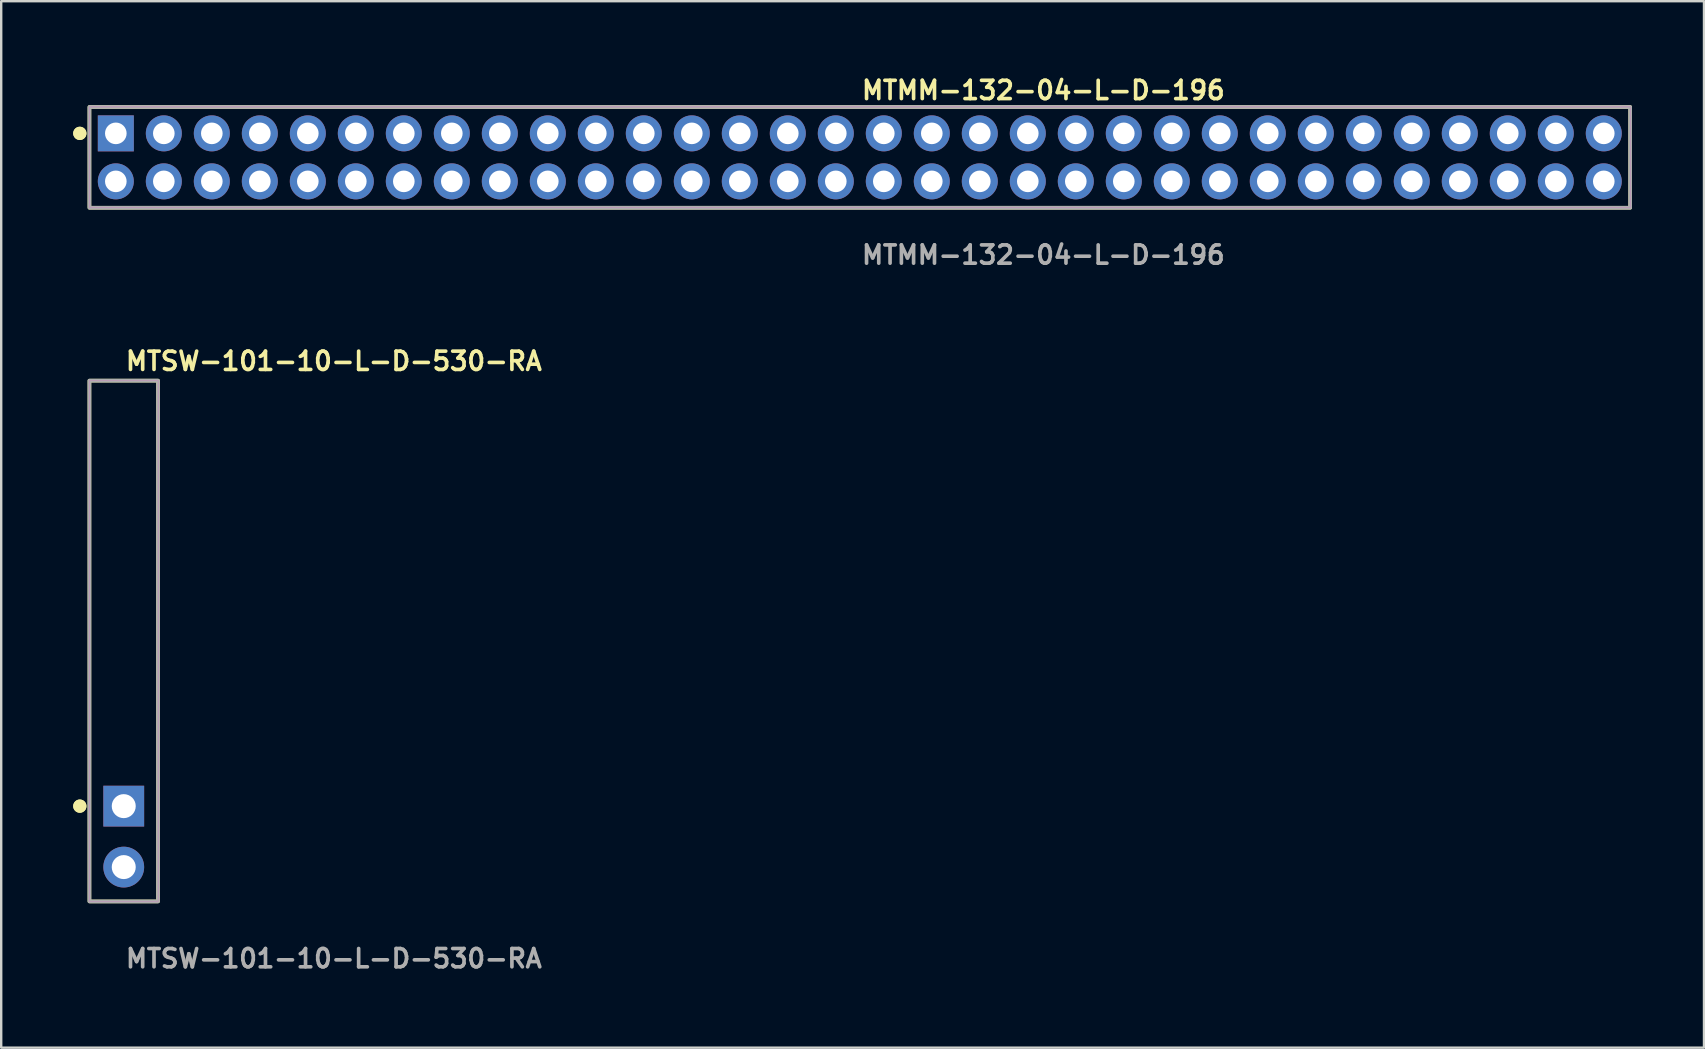
<source format=kicad_pcb>
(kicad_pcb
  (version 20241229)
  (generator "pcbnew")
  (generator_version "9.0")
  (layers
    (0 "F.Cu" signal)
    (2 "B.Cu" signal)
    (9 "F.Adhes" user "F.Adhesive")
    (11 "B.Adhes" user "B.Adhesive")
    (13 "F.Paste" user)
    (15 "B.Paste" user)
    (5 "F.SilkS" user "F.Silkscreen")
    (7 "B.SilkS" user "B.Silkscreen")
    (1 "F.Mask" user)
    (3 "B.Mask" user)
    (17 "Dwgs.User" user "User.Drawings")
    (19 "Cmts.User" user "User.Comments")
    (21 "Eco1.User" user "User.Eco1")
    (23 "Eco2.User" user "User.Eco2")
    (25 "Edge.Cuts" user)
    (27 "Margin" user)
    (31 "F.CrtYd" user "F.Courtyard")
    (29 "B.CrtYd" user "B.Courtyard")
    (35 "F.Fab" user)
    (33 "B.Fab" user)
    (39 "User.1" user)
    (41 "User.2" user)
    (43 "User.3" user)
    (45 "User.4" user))
  (footprint "MTSW-101-10-L-D-530-RA"
    (layer "F.Cu")
    (at 2.106 31.81)
    (property "Reference" "MTSW-101-10-L-D-530-RA" (at 0 -19.812 0) (unlocked yes) (layer "F.SilkS") (effects (font (size 0.762 0.762) (thickness 0.152)) (justify left)))
    (fp_rect (start -1.43 2.7) (end 1.43 -19) (stroke (width 0.152) (type solid)) (fill no) (layer "F.SilkS"))
    (fp_circle (center -1.83 -1.27) (end -2.03 -1.27) (stroke (width 0.152) (type solid)) (fill yes) (layer "F.SilkS"))
    (fp_circle (center -1.83 -1.27) (end -2.03 -1.27) (stroke (width 0.152) (type solid)) (fill yes) (layer "F.SilkS"))
    (fp_rect (start -1.43 2.7) (end 1.43 -19) (stroke (width 0.006) (type solid)) (fill no) (layer "F.CrtYd"))
    (fp_rect (start -1.43 2.7) (end 1.43 -19) (stroke (width 0.152) (type solid)) (fill no) (layer "F.Fab"))
    (fp_text user "${REFERENCE}" (at 0 5.08 0) (unlocked yes) (layer "F.Fab") (effects (font (size 0.762 0.762) (thickness 0.152)) (justify left)))
    (pad "1" thru_hole rect (at 0 -1.27) (size 1.7 1.7) (drill 1) (layers "*.Cu" "*.Mask"))
    (pad "2" thru_hole circle (at 0 1.27) (size 1.7 1.7) (drill 1) (layers "*.Cu" "*.Mask")))
  (footprint "MTMM-132-04-L-D-196"
    (layer "F.Cu")
    (at 32.776 3.507)
    (property "Reference" "MTMM-132-04-L-D-196" (at 0 -2.794 0) (unlocked yes) (layer "F.SilkS") (effects (font (size 0.762 0.762) (thickness 0.152)) (justify left)))
    (fp_rect (start -32.1 2.1) (end 32.1 -2.1) (stroke (width 0.152) (type solid)) (fill no) (layer "F.SilkS"))
    (fp_circle (center -32.5 -1) (end -32.7 -1) (stroke (width 0.152) (type solid)) (fill yes) (layer "F.SilkS"))
    (fp_circle (center -32.5 -1) (end -32.7 -1) (stroke (width 0.152) (type solid)) (fill yes) (layer "F.SilkS"))
    (fp_rect (start -32.1 2.1) (end 32.1 -2.1) (stroke (width 0.006) (type solid)) (fill no) (layer "F.CrtYd"))
    (fp_rect (start -32.1 2.1) (end 32.1 -2.1) (stroke (width 0.152) (type solid)) (fill no) (layer "F.Fab"))
    (fp_text user "${REFERENCE}" (at 0 4.064 0) (unlocked yes) (layer "F.Fab") (effects (font (size 0.762 0.762) (thickness 0.152)) (justify left)))
    (pad "1" thru_hole rect (at -31 -1) (size 1.5 1.5) (drill 0.9) (layers "*.Cu" "*.Mask"))
    (pad "2" thru_hole circle (at -31 1) (size 1.5 1.5) (drill 0.9) (layers "*.Cu" "*.Mask"))
    (pad "3" thru_hole circle (at -29 -1) (size 1.5 1.5) (drill 0.9) (layers "*.Cu" "*.Mask"))
    (pad "4" thru_hole circle (at -29 1) (size 1.5 1.5) (drill 0.9) (layers "*.Cu" "*.Mask"))
    (pad "5" thru_hole circle (at -27 -1) (size 1.5 1.5) (drill 0.9) (layers "*.Cu" "*.Mask"))
    (pad "6" thru_hole circle (at -27 1) (size 1.5 1.5) (drill 0.9) (layers "*.Cu" "*.Mask"))
    (pad "7" thru_hole circle (at -25 -1) (size 1.5 1.5) (drill 0.9) (layers "*.Cu" "*.Mask"))
    (pad "8" thru_hole circle (at -25 1) (size 1.5 1.5) (drill 0.9) (layers "*.Cu" "*.Mask"))
    (pad "9" thru_hole circle (at -23 -1) (size 1.5 1.5) (drill 0.9) (layers "*.Cu" "*.Mask"))
    (pad "10" thru_hole circle (at -23 1) (size 1.5 1.5) (drill 0.9) (layers "*.Cu" "*.Mask"))
    (pad "11" thru_hole circle (at -21 -1) (size 1.5 1.5) (drill 0.9) (layers "*.Cu" "*.Mask"))
    (pad "12" thru_hole circle (at -21 1) (size 1.5 1.5) (drill 0.9) (layers "*.Cu" "*.Mask"))
    (pad "13" thru_hole circle (at -19 -1) (size 1.5 1.5) (drill 0.9) (layers "*.Cu" "*.Mask"))
    (pad "14" thru_hole circle (at -19 1) (size 1.5 1.5) (drill 0.9) (layers "*.Cu" "*.Mask"))
    (pad "15" thru_hole circle (at -17 -1) (size 1.5 1.5) (drill 0.9) (layers "*.Cu" "*.Mask"))
    (pad "16" thru_hole circle (at -17 1) (size 1.5 1.5) (drill 0.9) (layers "*.Cu" "*.Mask"))
    (pad "17" thru_hole circle (at -15 -1) (size 1.5 1.5) (drill 0.9) (layers "*.Cu" "*.Mask"))
    (pad "18" thru_hole circle (at -15 1) (size 1.5 1.5) (drill 0.9) (layers "*.Cu" "*.Mask"))
    (pad "19" thru_hole circle (at -13 -1) (size 1.5 1.5) (drill 0.9) (layers "*.Cu" "*.Mask"))
    (pad "20" thru_hole circle (at -13 1) (size 1.5 1.5) (drill 0.9) (layers "*.Cu" "*.Mask"))
    (pad "21" thru_hole circle (at -11 -1) (size 1.5 1.5) (drill 0.9) (layers "*.Cu" "*.Mask"))
    (pad "22" thru_hole circle (at -11 1) (size 1.5 1.5) (drill 0.9) (layers "*.Cu" "*.Mask"))
    (pad "23" thru_hole circle (at -9 -1) (size 1.5 1.5) (drill 0.9) (layers "*.Cu" "*.Mask"))
    (pad "24" thru_hole circle (at -9 1) (size 1.5 1.5) (drill 0.9) (layers "*.Cu" "*.Mask"))
    (pad "25" thru_hole circle (at -7 -1) (size 1.5 1.5) (drill 0.9) (layers "*.Cu" "*.Mask"))
    (pad "26" thru_hole circle (at -7 1) (size 1.5 1.5) (drill 0.9) (layers "*.Cu" "*.Mask"))
    (pad "27" thru_hole circle (at -5 -1) (size 1.5 1.5) (drill 0.9) (layers "*.Cu" "*.Mask"))
    (pad "28" thru_hole circle (at -5 1) (size 1.5 1.5) (drill 0.9) (layers "*.Cu" "*.Mask"))
    (pad "29" thru_hole circle (at -3 -1) (size 1.5 1.5) (drill 0.9) (layers "*.Cu" "*.Mask"))
    (pad "30" thru_hole circle (at -3 1) (size 1.5 1.5) (drill 0.9) (layers "*.Cu" "*.Mask"))
    (pad "31" thru_hole circle (at -1 -1) (size 1.5 1.5) (drill 0.9) (layers "*.Cu" "*.Mask"))
    (pad "32" thru_hole circle (at -1 1) (size 1.5 1.5) (drill 0.9) (layers "*.Cu" "*.Mask"))
    (pad "33" thru_hole circle (at 1 -1) (size 1.5 1.5) (drill 0.9) (layers "*.Cu" "*.Mask"))
    (pad "34" thru_hole circle (at 1 1) (size 1.5 1.5) (drill 0.9) (layers "*.Cu" "*.Mask"))
    (pad "35" thru_hole circle (at 3 -1) (size 1.5 1.5) (drill 0.9) (layers "*.Cu" "*.Mask"))
    (pad "36" thru_hole circle (at 3 1) (size 1.5 1.5) (drill 0.9) (layers "*.Cu" "*.Mask"))
    (pad "37" thru_hole circle (at 5 -1) (size 1.5 1.5) (drill 0.9) (layers "*.Cu" "*.Mask"))
    (pad "38" thru_hole circle (at 5 1) (size 1.5 1.5) (drill 0.9) (layers "*.Cu" "*.Mask"))
    (pad "39" thru_hole circle (at 7 -1) (size 1.5 1.5) (drill 0.9) (layers "*.Cu" "*.Mask"))
    (pad "40" thru_hole circle (at 7 1) (size 1.5 1.5) (drill 0.9) (layers "*.Cu" "*.Mask"))
    (pad "41" thru_hole circle (at 9 -1) (size 1.5 1.5) (drill 0.9) (layers "*.Cu" "*.Mask"))
    (pad "42" thru_hole circle (at 9 1) (size 1.5 1.5) (drill 0.9) (layers "*.Cu" "*.Mask"))
    (pad "43" thru_hole circle (at 11 -1) (size 1.5 1.5) (drill 0.9) (layers "*.Cu" "*.Mask"))
    (pad "44" thru_hole circle (at 11 1) (size 1.5 1.5) (drill 0.9) (layers "*.Cu" "*.Mask"))
    (pad "45" thru_hole circle (at 13 -1) (size 1.5 1.5) (drill 0.9) (layers "*.Cu" "*.Mask"))
    (pad "46" thru_hole circle (at 13 1) (size 1.5 1.5) (drill 0.9) (layers "*.Cu" "*.Mask"))
    (pad "47" thru_hole circle (at 15 -1) (size 1.5 1.5) (drill 0.9) (layers "*.Cu" "*.Mask"))
    (pad "48" thru_hole circle (at 15 1) (size 1.5 1.5) (drill 0.9) (layers "*.Cu" "*.Mask"))
    (pad "49" thru_hole circle (at 17 -1) (size 1.5 1.5) (drill 0.9) (layers "*.Cu" "*.Mask"))
    (pad "50" thru_hole circle (at 17 1) (size 1.5 1.5) (drill 0.9) (layers "*.Cu" "*.Mask"))
    (pad "51" thru_hole circle (at 19 -1) (size 1.5 1.5) (drill 0.9) (layers "*.Cu" "*.Mask"))
    (pad "52" thru_hole circle (at 19 1) (size 1.5 1.5) (drill 0.9) (layers "*.Cu" "*.Mask"))
    (pad "53" thru_hole circle (at 21 -1) (size 1.5 1.5) (drill 0.9) (layers "*.Cu" "*.Mask"))
    (pad "54" thru_hole circle (at 21 1) (size 1.5 1.5) (drill 0.9) (layers "*.Cu" "*.Mask"))
    (pad "55" thru_hole circle (at 23 -1) (size 1.5 1.5) (drill 0.9) (layers "*.Cu" "*.Mask"))
    (pad "56" thru_hole circle (at 23 1) (size 1.5 1.5) (drill 0.9) (layers "*.Cu" "*.Mask"))
    (pad "57" thru_hole circle (at 25 -1) (size 1.5 1.5) (drill 0.9) (layers "*.Cu" "*.Mask"))
    (pad "58" thru_hole circle (at 25 1) (size 1.5 1.5) (drill 0.9) (layers "*.Cu" "*.Mask"))
    (pad "59" thru_hole circle (at 27 -1) (size 1.5 1.5) (drill 0.9) (layers "*.Cu" "*.Mask"))
    (pad "60" thru_hole circle (at 27 1) (size 1.5 1.5) (drill 0.9) (layers "*.Cu" "*.Mask"))
    (pad "61" thru_hole circle (at 29 -1) (size 1.5 1.5) (drill 0.9) (layers "*.Cu" "*.Mask"))
    (pad "62" thru_hole circle (at 29 1) (size 1.5 1.5) (drill 0.9) (layers "*.Cu" "*.Mask"))
    (pad "63" thru_hole circle (at 31 -1) (size 1.5 1.5) (drill 0.9) (layers "*.Cu" "*.Mask"))
    (pad "64" thru_hole circle (at 31 1) (size 1.5 1.5) (drill 0.9) (layers "*.Cu" "*.Mask")))
  (gr_rect
    (start -3 -3)
    (end 67.952 40.603)
    (stroke (width 0.1) (type default))
    (fill no)
    (layer "Edge.Cuts")))
</source>
